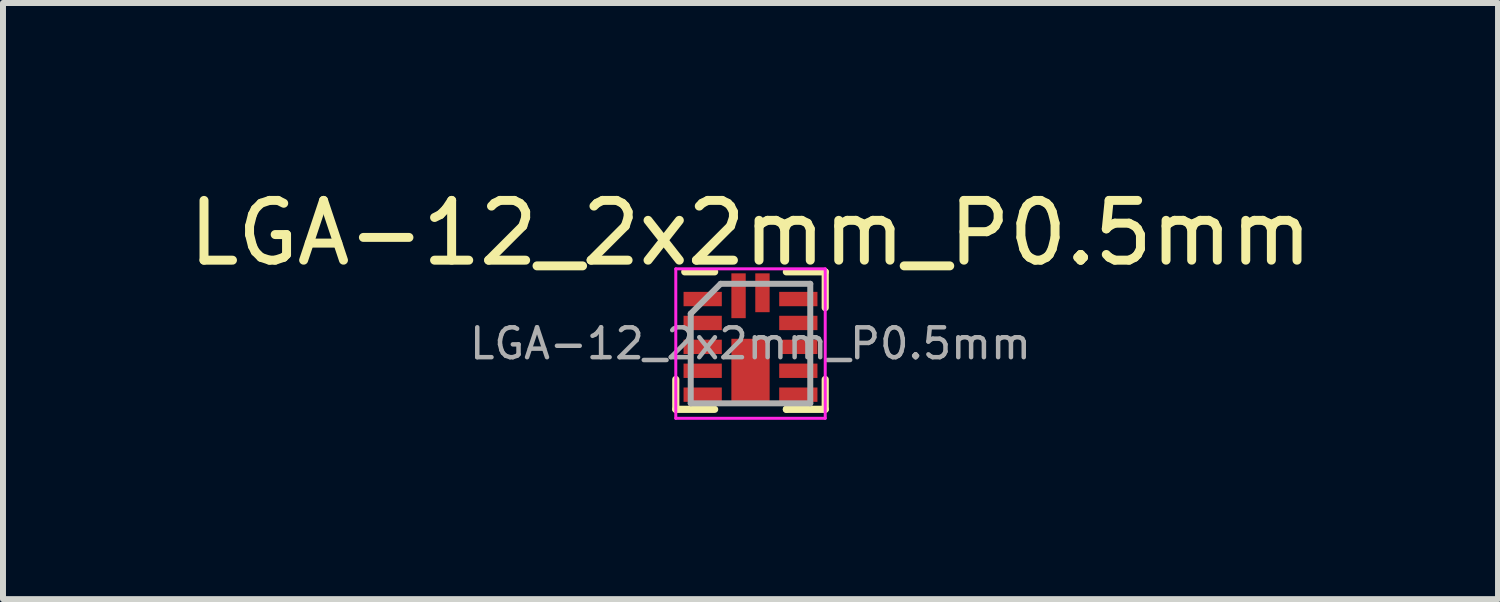
<source format=kicad_pcb>
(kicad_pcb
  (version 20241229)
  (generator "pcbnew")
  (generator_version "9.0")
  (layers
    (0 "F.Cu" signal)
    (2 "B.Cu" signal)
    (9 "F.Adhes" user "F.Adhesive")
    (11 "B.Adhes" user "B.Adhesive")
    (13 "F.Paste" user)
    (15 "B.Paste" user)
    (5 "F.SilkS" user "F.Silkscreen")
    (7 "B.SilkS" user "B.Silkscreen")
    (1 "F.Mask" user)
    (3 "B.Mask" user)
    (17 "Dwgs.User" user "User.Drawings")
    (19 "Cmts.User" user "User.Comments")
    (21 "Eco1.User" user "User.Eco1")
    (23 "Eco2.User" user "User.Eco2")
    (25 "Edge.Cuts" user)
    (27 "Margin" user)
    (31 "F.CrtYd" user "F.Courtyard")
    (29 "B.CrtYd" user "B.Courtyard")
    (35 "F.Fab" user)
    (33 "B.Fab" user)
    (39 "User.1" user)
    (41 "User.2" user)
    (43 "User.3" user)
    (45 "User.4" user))
  (footprint "LGA-12_2x2mm_P0.5mm"
    (layer "F.Cu")
    (at 9.506 2.698)
    (property "Reference" "LGA-12_2x2mm_P0.5mm" (at 0 -1.85 0) (layer "F.SilkS") (effects (font (size 1 1) (thickness 0.15))))
    (attr smd)
    (fp_line (start -1.25 1.1) (end -1.25 0.6) (stroke (width 0.12) (type solid)) (layer "F.SilkS"))
    (fp_line (start -0.6 -1.2) (end -1.1 -1.2) (stroke (width 0.12) (type solid)) (layer "F.SilkS"))
    (fp_line (start -0.6 1.1) (end -1.25 1.1) (stroke (width 0.12) (type solid)) (layer "F.SilkS"))
    (fp_line (start 0.6 -1.2) (end 1.25 -1.2) (stroke (width 0.12) (type solid)) (layer "F.SilkS"))
    (fp_line (start 0.6 1.1) (end 0.6 1.1) (stroke (width 0.12) (type solid)) (layer "F.SilkS"))
    (fp_line (start 1.25 -1.2) (end 1.25 -0.6) (stroke (width 0.12) (type solid)) (layer "F.SilkS"))
    (fp_line (start 1.25 0.6) (end 1.25 1.1) (stroke (width 0.12) (type solid)) (layer "F.SilkS"))
    (fp_line (start 1.25 1.1) (end 0.6 1.1) (stroke (width 0.12) (type solid)) (layer "F.SilkS"))
    (fp_line (start -1.25 -1.25) (end 1.25 -1.25) (stroke (width 0.05) (type solid)) (layer "F.CrtYd"))
    (fp_line (start -1.25 1.25) (end -1.25 -1.25) (stroke (width 0.05) (type solid)) (layer "F.CrtYd"))
    (fp_line (start 1.25 -1.25) (end 1.25 1.25) (stroke (width 0.05) (type solid)) (layer "F.CrtYd"))
    (fp_line (start 1.25 1.25) (end -1.25 1.25) (stroke (width 0.05) (type solid)) (layer "F.CrtYd"))
    (fp_line (start -1 -0.5) (end -0.5 -1) (stroke (width 0.1) (type solid)) (layer "F.Fab"))
    (fp_line (start -1 1) (end -1 -0.5) (stroke (width 0.1) (type solid)) (layer "F.Fab"))
    (fp_line (start -0.5 -1) (end 1 -1) (stroke (width 0.1) (type solid)) (layer "F.Fab"))
    (fp_line (start 1 -1) (end 1 1) (stroke (width 0.1) (type solid)) (layer "F.Fab"))
    (fp_line (start 1 1) (end -1 1) (stroke (width 0.1) (type solid)) (layer "F.Fab"))
    (fp_text user "${REFERENCE}" (at 0 0 0) (layer "F.Fab") (effects (font (size 0.5 0.5) (thickness 0.075))))
    (pad "1" smd rect (at -0.2 -0.8 90) (size 0.75 0.24) (layers "F.Cu" "F.Mask" "F.Paste"))
    (pad "2" smd rect (at -0.8 -0.745) (size 0.64 0.24) (layers "F.Cu" "F.Mask" "F.Paste"))
    (pad "3" smd rect (at -0.8 -0.345) (size 0.64 0.24) (layers "F.Cu" "F.Mask" "F.Paste"))
    (pad "4" smd rect (at -0.8 0.055) (size 0.64 0.24) (layers "F.Cu" "F.Mask" "F.Paste"))
    (pad "5" smd rect (at -0.8 0.455) (size 0.64 0.24) (layers "F.Cu" "F.Mask" "F.Paste"))
    (pad "6" smd rect (at -0.8 0.855) (size 0.64 0.24) (layers "F.Cu" "F.Mask" "F.Paste"))
    (pad "7" smd rect (at 0.8 0.855) (size 0.64 0.24) (layers "F.Cu" "F.Mask" "F.Paste"))
    (pad "8" smd rect (at 0.8 0.455) (size 0.64 0.24) (layers "F.Cu" "F.Mask" "F.Paste"))
    (pad "9" smd rect (at 0.8 0.055) (size 0.64 0.24) (layers "F.Cu" "F.Mask" "F.Paste"))
    (pad "10" smd rect (at 0.8 -0.345) (size 0.64 0.24) (layers "F.Cu" "F.Mask" "F.Paste"))
    (pad "11" smd rect (at 0.8 -0.745) (size 0.64 0.24) (layers "F.Cu" "F.Mask" "F.Paste"))
    (pad "12" smd rect (at 0.2 -0.85 90) (size 0.65 0.24) (layers "F.Cu" "F.Mask" "F.Paste"))
    (pad "13" smd rect (at 0 0.45) (size 0.64 1.06) (layers "F.Cu" "F.Mask" "F.Paste")))
  (gr_rect
    (start -3 -3)
    (end 22.012 6.973)
    (stroke (width 0.1) (type default))
    (fill no)
    (layer "Edge.Cuts")))
</source>
